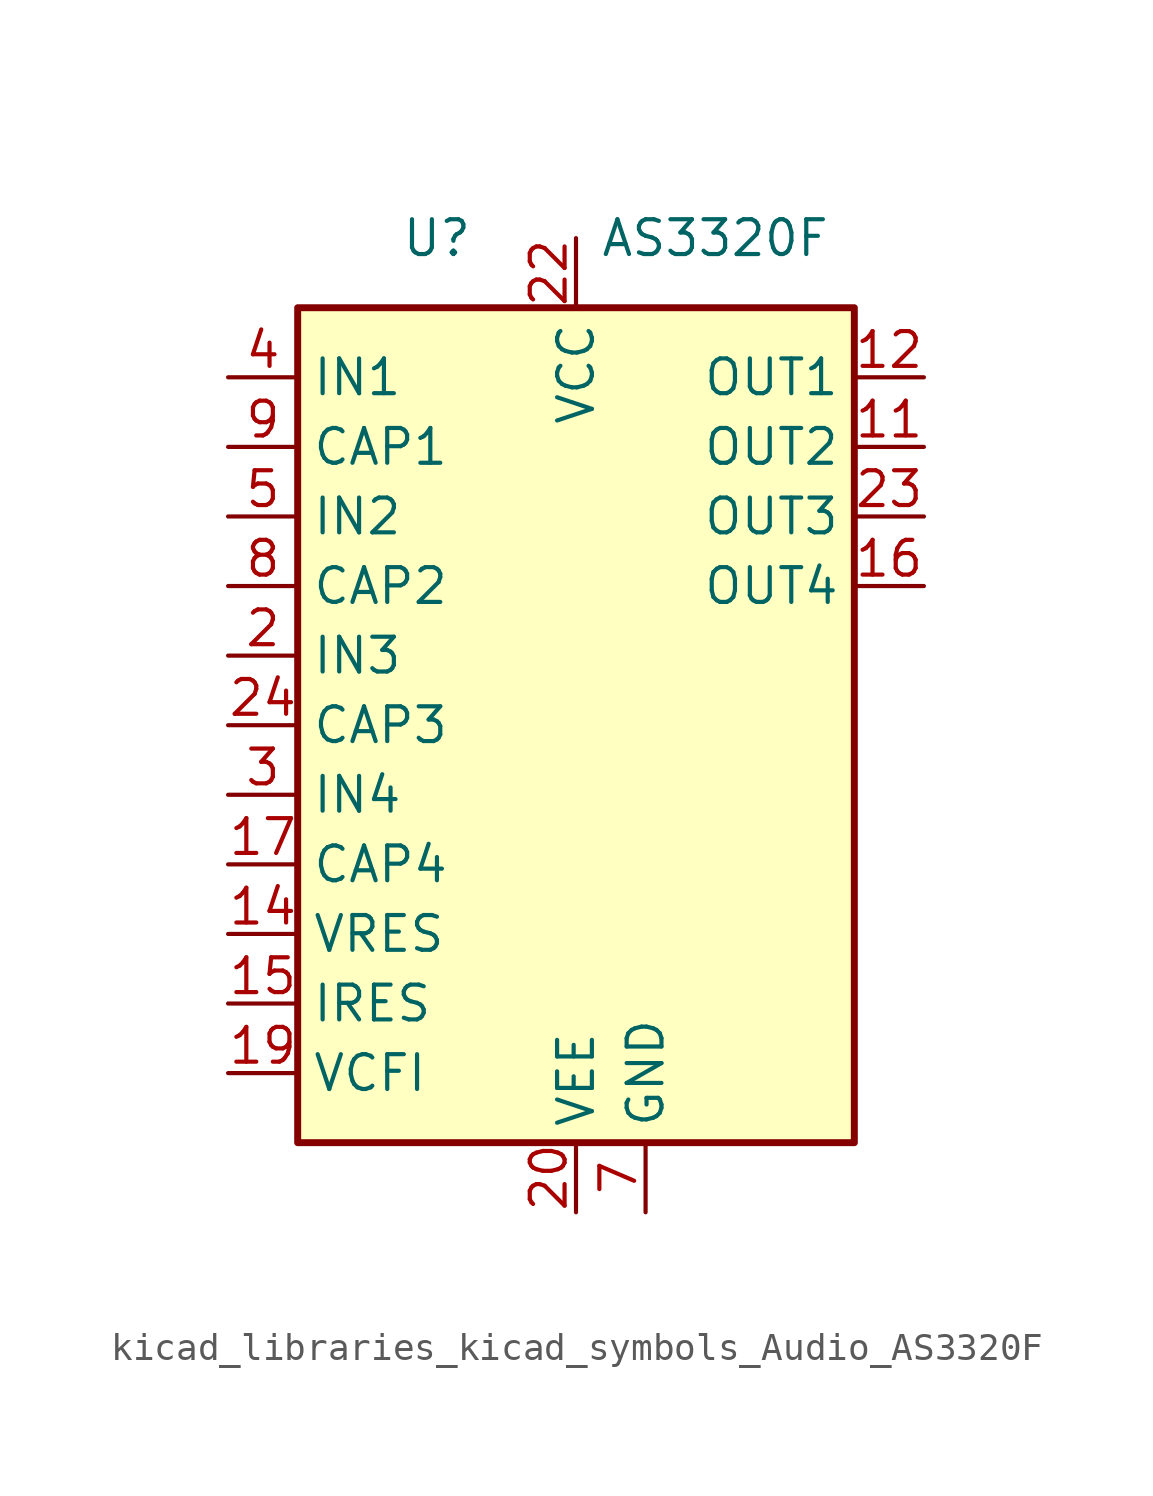
<source format=kicad_sym>
(kicad_symbol_lib
  (version 20220914)
  (generator kicad_symbol_editor)
  (symbol "kicad_libraries_kicad_symbols_Audio_AS3320F"
    (property "Reference" "U"
      (at -5.08 17.78 0)
      (effects (font (size 1.27 1.27))))
    (property "Value" "AS3320F"
      (at 5.08 17.78 0)
      (effects (font (size 1.27 1.27))))
    (symbol "kicad_libraries_kicad_symbols_Audio_AS3320F_0_1"
      (rectangle (start -10.16 15.24) (end 10.16 -15.24) (stroke (width 0.254) (type default)) (fill (type background))))
    (symbol "kicad_libraries_kicad_symbols_Audio_AS3320F_1_1"
      (pin no_connect line (at 10.16 0 180) (length 2.54) hide (name "NC" (effects (font (size 1.27 1.27)))) (number "1" (effects (font (size 1.27 1.27)))))
      (pin no_connect line (at 10.16 -5.08 180) (length 2.54) hide (name "NC" (effects (font (size 1.27 1.27)))) (number "10" (effects (font (size 1.27 1.27)))))
      (pin output line (at 12.7 10.16 180) (length 2.54) (name "OUT2" (effects (font (size 1.27 1.27)))) (number "11" (effects (font (size 1.27 1.27)))))
      (pin output line (at 12.7 12.7 180) (length 2.54) (name "OUT1" (effects (font (size 1.27 1.27)))) (number "12" (effects (font (size 1.27 1.27)))))
      (pin no_connect line (at 10.16 -7.62 180) (length 2.54) hide (name "NC" (effects (font (size 1.27 1.27)))) (number "13" (effects (font (size 1.27 1.27)))))
      (pin input line (at -12.7 -7.62 0) (length 2.54) (name "VRES" (effects (font (size 1.27 1.27)))) (number "14" (effects (font (size 1.27 1.27)))))
      (pin input line (at -12.7 -10.16 0) (length 2.54) (name "IRES" (effects (font (size 1.27 1.27)))) (number "15" (effects (font (size 1.27 1.27)))))
      (pin output line (at 12.7 5.08 180) (length 2.54) (name "OUT4" (effects (font (size 1.27 1.27)))) (number "16" (effects (font (size 1.27 1.27)))))
      (pin passive line (at -12.7 -5.08 0) (length 2.54) (name "CAP4" (effects (font (size 1.27 1.27)))) (number "17" (effects (font (size 1.27 1.27)))))
      (pin no_connect line (at 10.16 -10.16 180) (length 2.54) hide (name "NC" (effects (font (size 1.27 1.27)))) (number "18" (effects (font (size 1.27 1.27)))))
      (pin input line (at -12.7 -12.7 0) (length 2.54) (name "VCFI" (effects (font (size 1.27 1.27)))) (number "19" (effects (font (size 1.27 1.27)))))
      (pin input line (at -12.7 2.54 0) (length 2.54) (name "IN3" (effects (font (size 1.27 1.27)))) (number "2" (effects (font (size 1.27 1.27)))))
      (pin power_in line (at 0 -17.78 90) (length 2.54) (name "VEE" (effects (font (size 1.27 1.27)))) (number "20" (effects (font (size 1.27 1.27)))))
      (pin no_connect line (at 10.16 -12.7 180) (length 2.54) hide (name "NC" (effects (font (size 1.27 1.27)))) (number "21" (effects (font (size 1.27 1.27)))))
      (pin power_in line (at 0 17.78 270) (length 2.54) (name "VCC" (effects (font (size 1.27 1.27)))) (number "22" (effects (font (size 1.27 1.27)))))
      (pin output line (at 12.7 7.62 180) (length 2.54) (name "OUT3" (effects (font (size 1.27 1.27)))) (number "23" (effects (font (size 1.27 1.27)))))
      (pin passive line (at -12.7 0 0) (length 2.54) (name "CAP3" (effects (font (size 1.27 1.27)))) (number "24" (effects (font (size 1.27 1.27)))))
      (pin input line (at -12.7 -2.54 0) (length 2.54) (name "IN4" (effects (font (size 1.27 1.27)))) (number "3" (effects (font (size 1.27 1.27)))))
      (pin input line (at -12.7 12.7 0) (length 2.54) (name "IN1" (effects (font (size 1.27 1.27)))) (number "4" (effects (font (size 1.27 1.27)))))
      (pin input line (at -12.7 7.62 0) (length 2.54) (name "IN2" (effects (font (size 1.27 1.27)))) (number "5" (effects (font (size 1.27 1.27)))))
      (pin no_connect line (at 10.16 -2.54 180) (length 2.54) hide (name "NC" (effects (font (size 1.27 1.27)))) (number "6" (effects (font (size 1.27 1.27)))))
      (pin power_in line (at 2.54 -17.78 90) (length 2.54) (name "GND" (effects (font (size 1.27 1.27)))) (number "7" (effects (font (size 1.27 1.27)))))
      (pin passive line (at -12.7 5.08 0) (length 2.54) (name "CAP2" (effects (font (size 1.27 1.27)))) (number "8" (effects (font (size 1.27 1.27)))))
      (pin passive line (at -12.7 10.16 0) (length 2.54) (name "CAP1" (effects (font (size 1.27 1.27)))) (number "9" (effects (font (size 1.27 1.27))))))))
</source>
